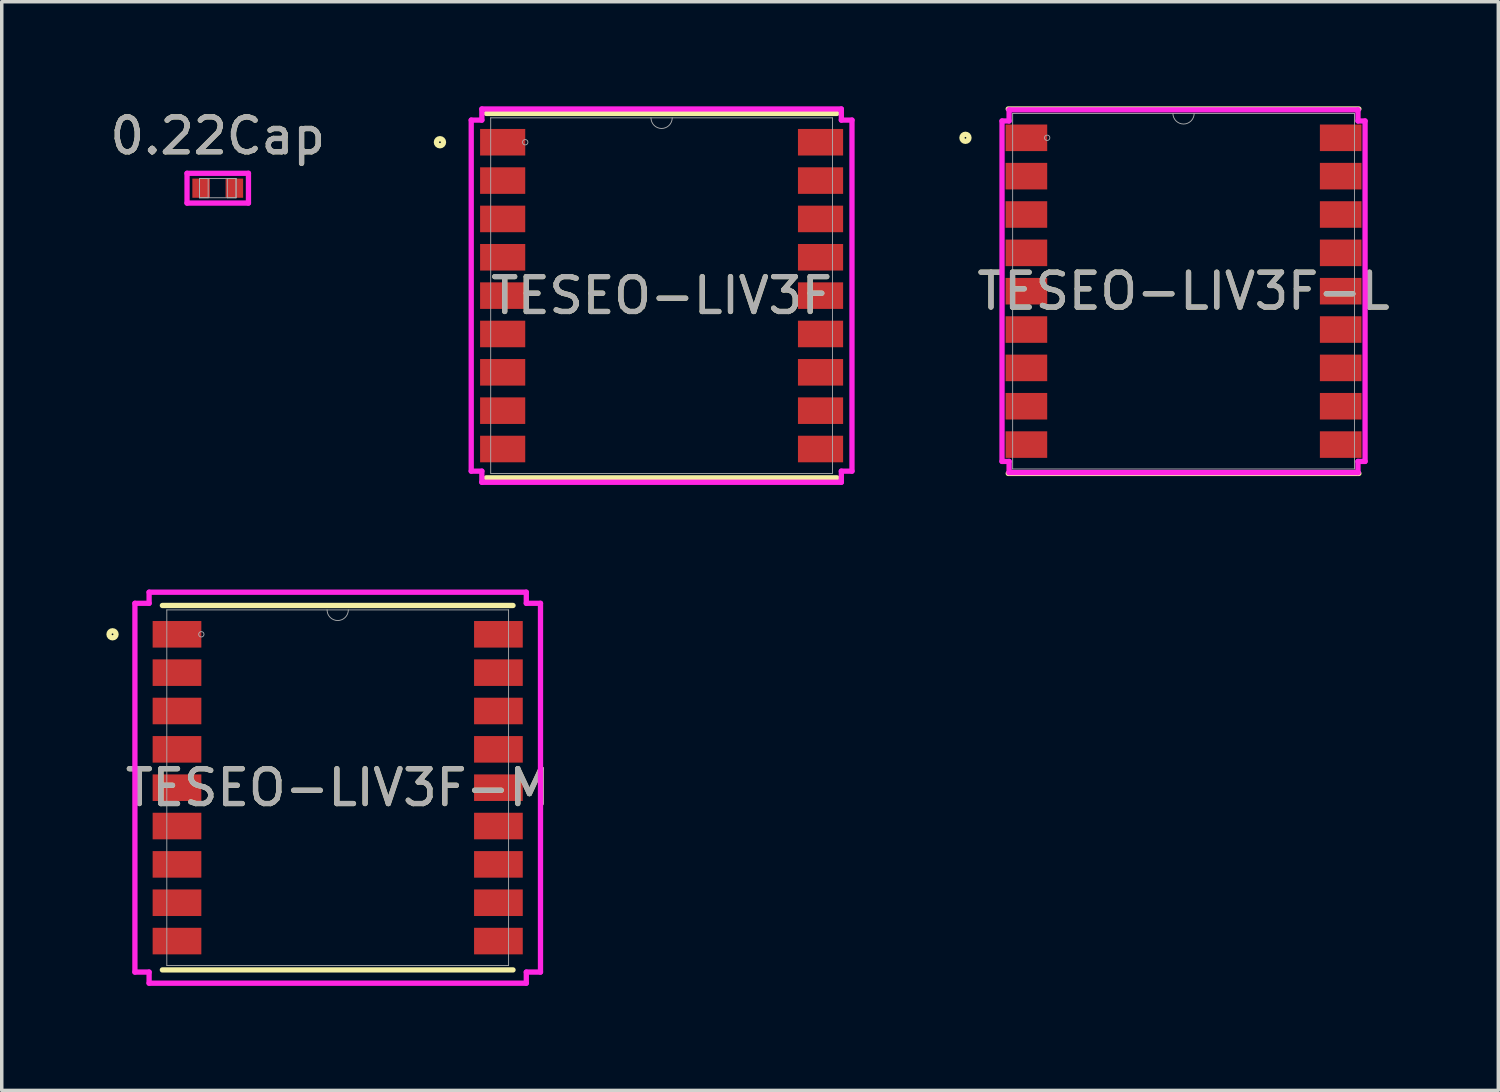
<source format=kicad_pcb>
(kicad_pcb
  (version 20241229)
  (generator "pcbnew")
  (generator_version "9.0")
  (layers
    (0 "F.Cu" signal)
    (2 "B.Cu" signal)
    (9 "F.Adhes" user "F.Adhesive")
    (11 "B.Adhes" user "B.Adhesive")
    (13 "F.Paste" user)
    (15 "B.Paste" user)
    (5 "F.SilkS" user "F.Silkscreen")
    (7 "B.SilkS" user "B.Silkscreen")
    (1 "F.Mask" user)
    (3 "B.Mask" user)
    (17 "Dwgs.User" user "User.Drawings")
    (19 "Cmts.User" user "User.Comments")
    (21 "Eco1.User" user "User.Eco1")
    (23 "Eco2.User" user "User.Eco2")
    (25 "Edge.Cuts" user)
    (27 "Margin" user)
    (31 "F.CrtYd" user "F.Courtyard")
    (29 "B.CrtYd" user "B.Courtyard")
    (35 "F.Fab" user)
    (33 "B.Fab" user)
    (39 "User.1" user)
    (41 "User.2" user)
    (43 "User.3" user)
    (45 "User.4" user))
  (footprint "TESEO-LIV3F-M"
    (layer "F.Cu")
    (at 6.637 19.545)
    (property "Reference" "TESEO-LIV3F-M" (at 0 0 0) (unlocked yes) (layer "F.SilkS") (effects (font (size 1 1) (thickness 0.15))))
    (attr smd)
    (fp_line (start -5.029 5.227) (end 5.029 5.227) (stroke (width 0.152) (type solid)) (layer "F.SilkS"))
    (fp_line (start 5.029 -5.227) (end -5.029 -5.227) (stroke (width 0.152) (type solid)) (layer "F.SilkS"))
    (fp_circle (center -6.459 -4.4) (end -6.358 -4.4) (stroke (width 0.152) (type solid)) (fill no) (layer "F.SilkS"))
    (fp_line (start -5.817 -5.289) (end -5.41 -5.289) (stroke (width 0.152) (type solid)) (layer "F.CrtYd"))
    (fp_line (start -5.817 5.289) (end -5.817 -5.289) (stroke (width 0.152) (type solid)) (layer "F.CrtYd"))
    (fp_line (start -5.817 5.289) (end -5.41 5.289) (stroke (width 0.152) (type solid)) (layer "F.CrtYd"))
    (fp_line (start -5.41 -5.608) (end 5.41 -5.608) (stroke (width 0.152) (type solid)) (layer "F.CrtYd"))
    (fp_line (start -5.41 -5.289) (end -5.41 -5.608) (stroke (width 0.152) (type solid)) (layer "F.CrtYd"))
    (fp_line (start -5.41 5.608) (end -5.41 5.289) (stroke (width 0.152) (type solid)) (layer "F.CrtYd"))
    (fp_line (start 5.41 -5.608) (end 5.41 -5.289) (stroke (width 0.152) (type solid)) (layer "F.CrtYd"))
    (fp_line (start 5.41 5.289) (end 5.41 5.608) (stroke (width 0.152) (type solid)) (layer "F.CrtYd"))
    (fp_line (start 5.41 5.608) (end -5.41 5.608) (stroke (width 0.152) (type solid)) (layer "F.CrtYd"))
    (fp_line (start 5.817 -5.289) (end 5.41 -5.289) (stroke (width 0.152) (type solid)) (layer "F.CrtYd"))
    (fp_line (start 5.817 -5.289) (end 5.817 5.289) (stroke (width 0.152) (type solid)) (layer "F.CrtYd"))
    (fp_line (start 5.817 5.289) (end 5.41 5.289) (stroke (width 0.152) (type solid)) (layer "F.CrtYd"))
    (fp_line (start -4.902 -5.1) (end -4.902 5.1) (stroke (width 0.025) (type solid)) (layer "F.Fab"))
    (fp_line (start -4.902 5.1) (end 4.902 5.1) (stroke (width 0.025) (type solid)) (layer "F.Fab"))
    (fp_line (start 4.902 -5.1) (end -4.902 -5.1) (stroke (width 0.025) (type solid)) (layer "F.Fab"))
    (fp_line (start 4.902 5.1) (end 4.902 -5.1) (stroke (width 0.025) (type solid)) (layer "F.Fab"))
    (fp_arc (start 0.3048 -5.1) (mid 0 -4.7952) (end -0.3048 -5.1) (stroke (width 0.0254) (type solid)) (layer "F.Fab"))
    (fp_circle (center -3.912 -4.4) (end -3.835 -4.4) (stroke (width 0.025) (type solid)) (fill no) (layer "F.Fab"))
    (fp_text user "${REFERENCE}" (at 0 0 0) (unlocked yes) (layer "F.Fab") (effects (font (size 1 1) (thickness 0.15))))
    (pad "1" smd rect (at -4.61 -4.4) (size 1.397 0.762) (layers "F.Cu" "F.Mask" "F.Paste"))
    (pad "2" smd rect (at -4.61 -3.3) (size 1.397 0.762) (layers "F.Cu" "F.Mask" "F.Paste"))
    (pad "3" smd rect (at -4.61 -2.2) (size 1.397 0.762) (layers "F.Cu" "F.Mask" "F.Paste"))
    (pad "4" smd rect (at -4.61 -1.1) (size 1.397 0.762) (layers "F.Cu" "F.Mask" "F.Paste"))
    (pad "5" smd rect (at -4.61 0) (size 1.397 0.762) (layers "F.Cu" "F.Mask" "F.Paste"))
    (pad "6" smd rect (at -4.61 1.1) (size 1.397 0.762) (layers "F.Cu" "F.Mask" "F.Paste"))
    (pad "7" smd rect (at -4.61 2.2) (size 1.397 0.762) (layers "F.Cu" "F.Mask" "F.Paste"))
    (pad "8" smd rect (at -4.61 3.3) (size 1.397 0.762) (layers "F.Cu" "F.Mask" "F.Paste"))
    (pad "9" smd rect (at -4.61 4.4) (size 1.397 0.762) (layers "F.Cu" "F.Mask" "F.Paste"))
    (pad "10" smd rect (at 4.61 4.4) (size 1.397 0.762) (layers "F.Cu" "F.Mask" "F.Paste"))
    (pad "11" smd rect (at 4.61 3.3) (size 1.397 0.762) (layers "F.Cu" "F.Mask" "F.Paste"))
    (pad "12" smd rect (at 4.61 2.2) (size 1.397 0.762) (layers "F.Cu" "F.Mask" "F.Paste"))
    (pad "13" smd rect (at 4.61 1.1) (size 1.397 0.762) (layers "F.Cu" "F.Mask" "F.Paste"))
    (pad "14" smd rect (at 4.61 0) (size 1.397 0.762) (layers "F.Cu" "F.Mask" "F.Paste"))
    (pad "15" smd rect (at 4.61 -1.1) (size 1.397 0.762) (layers "F.Cu" "F.Mask" "F.Paste"))
    (pad "16" smd rect (at 4.61 -2.2) (size 1.397 0.762) (layers "F.Cu" "F.Mask" "F.Paste"))
    (pad "17" smd rect (at 4.61 -3.3) (size 1.397 0.762) (layers "F.Cu" "F.Mask" "F.Paste"))
    (pad "18" smd rect (at 4.61 -4.4) (size 1.397 0.762) (layers "F.Cu" "F.Mask" "F.Paste")))
  (footprint "TESEO-LIV3F"
    (layer "F.Cu")
    (at 15.928 5.43)
    (property "Reference" "TESEO-LIV3F" (at 0 0 0) (unlocked yes) (layer "F.SilkS") (effects (font (size 1 1) (thickness 0.15))))
    (attr smd)
    (fp_line (start -5.029 5.227) (end 5.029 5.227) (stroke (width 0.152) (type solid)) (layer "F.SilkS"))
    (fp_line (start 5.029 -5.227) (end -5.029 -5.227) (stroke (width 0.152) (type solid)) (layer "F.SilkS"))
    (fp_circle (center -6.358 -4.4) (end -6.256 -4.4) (stroke (width 0.152) (type solid)) (fill no) (layer "F.SilkS"))
    (fp_line (start -5.461 -5.035) (end -5.156 -5.035) (stroke (width 0.152) (type solid)) (layer "F.CrtYd"))
    (fp_line (start -5.461 5.035) (end -5.461 -5.035) (stroke (width 0.152) (type solid)) (layer "F.CrtYd"))
    (fp_line (start -5.461 5.035) (end -5.156 5.035) (stroke (width 0.152) (type solid)) (layer "F.CrtYd"))
    (fp_line (start -5.156 -5.354) (end 5.156 -5.354) (stroke (width 0.152) (type solid)) (layer "F.CrtYd"))
    (fp_line (start -5.156 -5.035) (end -5.156 -5.354) (stroke (width 0.152) (type solid)) (layer "F.CrtYd"))
    (fp_line (start -5.156 5.354) (end -5.156 5.035) (stroke (width 0.152) (type solid)) (layer "F.CrtYd"))
    (fp_line (start 5.156 -5.354) (end 5.156 -5.035) (stroke (width 0.152) (type solid)) (layer "F.CrtYd"))
    (fp_line (start 5.156 5.035) (end 5.156 5.354) (stroke (width 0.152) (type solid)) (layer "F.CrtYd"))
    (fp_line (start 5.156 5.354) (end -5.156 5.354) (stroke (width 0.152) (type solid)) (layer "F.CrtYd"))
    (fp_line (start 5.461 -5.035) (end 5.156 -5.035) (stroke (width 0.152) (type solid)) (layer "F.CrtYd"))
    (fp_line (start 5.461 -5.035) (end 5.461 5.035) (stroke (width 0.152) (type solid)) (layer "F.CrtYd"))
    (fp_line (start 5.461 5.035) (end 5.156 5.035) (stroke (width 0.152) (type solid)) (layer "F.CrtYd"))
    (fp_line (start -4.902 -5.1) (end -4.902 5.1) (stroke (width 0.025) (type solid)) (layer "F.Fab"))
    (fp_line (start -4.902 5.1) (end 4.902 5.1) (stroke (width 0.025) (type solid)) (layer "F.Fab"))
    (fp_line (start 4.902 -5.1) (end -4.902 -5.1) (stroke (width 0.025) (type solid)) (layer "F.Fab"))
    (fp_line (start 4.902 5.1) (end 4.902 -5.1) (stroke (width 0.025) (type solid)) (layer "F.Fab"))
    (fp_arc (start 0.3048 -5.1) (mid 0 -4.7952) (end -0.3048 -5.1) (stroke (width 0.0254) (type solid)) (layer "F.Fab"))
    (fp_circle (center -3.912 -4.4) (end -3.835 -4.4) (stroke (width 0.025) (type solid)) (fill no) (layer "F.Fab"))
    (fp_text user "${REFERENCE}" (at 0 0 0) (unlocked yes) (layer "F.Fab") (effects (font (size 1 1) (thickness 0.15))))
    (pad "1" smd rect (at -4.559 -4.4) (size 1.295 0.762) (layers "F.Cu" "F.Mask" "F.Paste"))
    (pad "2" smd rect (at -4.559 -3.3) (size 1.295 0.762) (layers "F.Cu" "F.Mask" "F.Paste"))
    (pad "3" smd rect (at -4.559 -2.2) (size 1.295 0.762) (layers "F.Cu" "F.Mask" "F.Paste"))
    (pad "4" smd rect (at -4.559 -1.1) (size 1.295 0.762) (layers "F.Cu" "F.Mask" "F.Paste"))
    (pad "5" smd rect (at -4.559 0) (size 1.295 0.762) (layers "F.Cu" "F.Mask" "F.Paste"))
    (pad "6" smd rect (at -4.559 1.1) (size 1.295 0.762) (layers "F.Cu" "F.Mask" "F.Paste"))
    (pad "7" smd rect (at -4.559 2.2) (size 1.295 0.762) (layers "F.Cu" "F.Mask" "F.Paste"))
    (pad "8" smd rect (at -4.559 3.3) (size 1.295 0.762) (layers "F.Cu" "F.Mask" "F.Paste"))
    (pad "9" smd rect (at -4.559 4.4) (size 1.295 0.762) (layers "F.Cu" "F.Mask" "F.Paste"))
    (pad "10" smd rect (at 4.559 4.4) (size 1.295 0.762) (layers "F.Cu" "F.Mask" "F.Paste"))
    (pad "11" smd rect (at 4.559 3.3) (size 1.295 0.762) (layers "F.Cu" "F.Mask" "F.Paste"))
    (pad "12" smd rect (at 4.559 2.2) (size 1.295 0.762) (layers "F.Cu" "F.Mask" "F.Paste"))
    (pad "13" smd rect (at 4.559 1.1) (size 1.295 0.762) (layers "F.Cu" "F.Mask" "F.Paste"))
    (pad "14" smd rect (at 4.559 0) (size 1.295 0.762) (layers "F.Cu" "F.Mask" "F.Paste"))
    (pad "15" smd rect (at 4.559 -1.1) (size 1.295 0.762) (layers "F.Cu" "F.Mask" "F.Paste"))
    (pad "16" smd rect (at 4.559 -2.2) (size 1.295 0.762) (layers "F.Cu" "F.Mask" "F.Paste"))
    (pad "17" smd rect (at 4.559 -3.3) (size 1.295 0.762) (layers "F.Cu" "F.Mask" "F.Paste"))
    (pad "18" smd rect (at 4.559 -4.4) (size 1.295 0.762) (layers "F.Cu" "F.Mask" "F.Paste")))
  (footprint "0.22Cap"
    (layer "F.Cu")
    (at 3.196 2.348)
    (property "Reference" "0.22Cap" (at 0 -1.5 0) (unlocked yes) (layer "F.SilkS") (effects (font (size 1 1) (thickness 0.15))))
    (attr smd)
    (fp_line (start -0.881 -0.427) (end 0.881 -0.427) (stroke (width 0.152) (type solid)) (layer "F.CrtYd"))
    (fp_line (start -0.881 0.427) (end -0.881 -0.427) (stroke (width 0.152) (type solid)) (layer "F.CrtYd"))
    (fp_line (start 0.881 -0.427) (end 0.881 0.427) (stroke (width 0.152) (type solid)) (layer "F.CrtYd"))
    (fp_line (start 0.881 0.427) (end -0.881 0.427) (stroke (width 0.152) (type solid)) (layer "F.CrtYd"))
    (fp_line (start -0.525 -0.275) (end -0.525 0.275) (stroke (width 0.025) (type solid)) (layer "F.Fab"))
    (fp_line (start -0.525 -0.275) (end -0.525 0.275) (stroke (width 0.025) (type solid)) (layer "F.Fab"))
    (fp_line (start -0.525 0.275) (end -0.275 0.275) (stroke (width 0.025) (type solid)) (layer "F.Fab"))
    (fp_line (start -0.525 0.275) (end 0.525 0.275) (stroke (width 0.025) (type solid)) (layer "F.Fab"))
    (fp_line (start -0.275 -0.275) (end -0.525 -0.275) (stroke (width 0.025) (type solid)) (layer "F.Fab"))
    (fp_line (start -0.275 0.275) (end -0.275 -0.275) (stroke (width 0.025) (type solid)) (layer "F.Fab"))
    (fp_line (start 0.275 -0.275) (end 0.275 0.275) (stroke (width 0.025) (type solid)) (layer "F.Fab"))
    (fp_line (start 0.275 0.275) (end 0.525 0.275) (stroke (width 0.025) (type solid)) (layer "F.Fab"))
    (fp_line (start 0.525 -0.275) (end -0.525 -0.275) (stroke (width 0.025) (type solid)) (layer "F.Fab"))
    (fp_line (start 0.525 -0.275) (end 0.275 -0.275) (stroke (width 0.025) (type solid)) (layer "F.Fab"))
    (fp_line (start 0.525 0.275) (end 0.525 -0.275) (stroke (width 0.025) (type solid)) (layer "F.Fab"))
    (fp_line (start 0.525 0.275) (end 0.525 -0.275) (stroke (width 0.025) (type solid)) (layer "F.Fab"))
    (fp_text user "${REFERENCE}" (at 0 -1.5 0) (unlocked yes) (layer "F.Fab") (effects (font (size 1 1) (thickness 0.15))))
    (pad "1" smd rect (at -0.477 0) (size 0.503 0.55) (layers "F.Cu" "F.Mask" "F.Paste"))
    (pad "2" smd rect (at 0.477 0) (size 0.503 0.55) (layers "F.Cu" "F.Mask" "F.Paste"))
    (zone (net_name "") (layer "F.Cu") (hatch full 0.508) (connect_pads) (min_thickness 0.254) (filled_areas_thickness no) (keepout (tracks not_allowed) (vias not_allowed) (pads allowed) (copperpour not_allowed) (footprints allowed)) (placement (enabled no)) (fill) (polygon (pts (xy 3.022 2.124) (xy 3.371 2.124) (xy 3.371 2.572) (xy 3.022 2.572)))))
  (footprint "TESEO-LIV3F-L"
    (layer "F.Cu")
    (at 30.9 5.303)
    (property "Reference" "TESEO-LIV3F-L" (at 0 0 0) (unlocked yes) (layer "F.SilkS") (effects (font (size 1 1) (thickness 0.15))))
    (attr smd)
    (fp_line (start -5.029 5.227) (end 5.029 5.227) (stroke (width 0.152) (type solid)) (layer "F.SilkS"))
    (fp_line (start 5.029 -5.227) (end -5.029 -5.227) (stroke (width 0.152) (type solid)) (layer "F.SilkS"))
    (fp_circle (center -6.256 -4.4) (end -6.155 -4.4) (stroke (width 0.152) (type solid)) (fill no) (layer "F.SilkS"))
    (fp_line (start -5.207 -4.883) (end -5.004 -4.883) (stroke (width 0.152) (type solid)) (layer "F.CrtYd"))
    (fp_line (start -5.207 4.883) (end -5.207 -4.883) (stroke (width 0.152) (type solid)) (layer "F.CrtYd"))
    (fp_line (start -5.207 4.883) (end -5.004 4.883) (stroke (width 0.152) (type solid)) (layer "F.CrtYd"))
    (fp_line (start -5.004 -5.202) (end 5.004 -5.202) (stroke (width 0.152) (type solid)) (layer "F.CrtYd"))
    (fp_line (start -5.004 -4.883) (end -5.004 -5.202) (stroke (width 0.152) (type solid)) (layer "F.CrtYd"))
    (fp_line (start -5.004 5.202) (end -5.004 4.883) (stroke (width 0.152) (type solid)) (layer "F.CrtYd"))
    (fp_line (start 5.004 -5.202) (end 5.004 -4.883) (stroke (width 0.152) (type solid)) (layer "F.CrtYd"))
    (fp_line (start 5.004 4.883) (end 5.004 5.202) (stroke (width 0.152) (type solid)) (layer "F.CrtYd"))
    (fp_line (start 5.004 5.202) (end -5.004 5.202) (stroke (width 0.152) (type solid)) (layer "F.CrtYd"))
    (fp_line (start 5.207 -4.883) (end 5.004 -4.883) (stroke (width 0.152) (type solid)) (layer "F.CrtYd"))
    (fp_line (start 5.207 -4.883) (end 5.207 4.883) (stroke (width 0.152) (type solid)) (layer "F.CrtYd"))
    (fp_line (start 5.207 4.883) (end 5.004 4.883) (stroke (width 0.152) (type solid)) (layer "F.CrtYd"))
    (fp_line (start -4.902 -5.1) (end -4.902 5.1) (stroke (width 0.025) (type solid)) (layer "F.Fab"))
    (fp_line (start -4.902 5.1) (end 4.902 5.1) (stroke (width 0.025) (type solid)) (layer "F.Fab"))
    (fp_line (start 4.902 -5.1) (end -4.902 -5.1) (stroke (width 0.025) (type solid)) (layer "F.Fab"))
    (fp_line (start 4.902 5.1) (end 4.902 -5.1) (stroke (width 0.025) (type solid)) (layer "F.Fab"))
    (fp_arc (start 0.3048 -5.1) (mid 0 -4.7952) (end -0.3048 -5.1) (stroke (width 0.0254) (type solid)) (layer "F.Fab"))
    (fp_circle (center -3.912 -4.4) (end -3.835 -4.4) (stroke (width 0.025) (type solid)) (fill no) (layer "F.Fab"))
    (fp_text user "${REFERENCE}" (at 0 0 0) (unlocked yes) (layer "F.Fab") (effects (font (size 1 1) (thickness 0.15))))
    (pad "1" smd rect (at -4.508 -4.4) (size 1.194 0.762) (layers "F.Cu" "F.Mask" "F.Paste"))
    (pad "2" smd rect (at -4.508 -3.3) (size 1.194 0.762) (layers "F.Cu" "F.Mask" "F.Paste"))
    (pad "3" smd rect (at -4.508 -2.2) (size 1.194 0.762) (layers "F.Cu" "F.Mask" "F.Paste"))
    (pad "4" smd rect (at -4.508 -1.1) (size 1.194 0.762) (layers "F.Cu" "F.Mask" "F.Paste"))
    (pad "5" smd rect (at -4.508 0) (size 1.194 0.762) (layers "F.Cu" "F.Mask" "F.Paste"))
    (pad "6" smd rect (at -4.508 1.1) (size 1.194 0.762) (layers "F.Cu" "F.Mask" "F.Paste"))
    (pad "7" smd rect (at -4.508 2.2) (size 1.194 0.762) (layers "F.Cu" "F.Mask" "F.Paste"))
    (pad "8" smd rect (at -4.508 3.3) (size 1.194 0.762) (layers "F.Cu" "F.Mask" "F.Paste"))
    (pad "9" smd rect (at -4.508 4.4) (size 1.194 0.762) (layers "F.Cu" "F.Mask" "F.Paste"))
    (pad "10" smd rect (at 4.508 4.4) (size 1.194 0.762) (layers "F.Cu" "F.Mask" "F.Paste"))
    (pad "11" smd rect (at 4.508 3.3) (size 1.194 0.762) (layers "F.Cu" "F.Mask" "F.Paste"))
    (pad "12" smd rect (at 4.508 2.2) (size 1.194 0.762) (layers "F.Cu" "F.Mask" "F.Paste"))
    (pad "13" smd rect (at 4.508 1.1) (size 1.194 0.762) (layers "F.Cu" "F.Mask" "F.Paste"))
    (pad "14" smd rect (at 4.508 0) (size 1.194 0.762) (layers "F.Cu" "F.Mask" "F.Paste"))
    (pad "15" smd rect (at 4.508 -1.1) (size 1.194 0.762) (layers "F.Cu" "F.Mask" "F.Paste"))
    (pad "16" smd rect (at 4.508 -2.2) (size 1.194 0.762) (layers "F.Cu" "F.Mask" "F.Paste"))
    (pad "17" smd rect (at 4.508 -3.3) (size 1.194 0.762) (layers "F.Cu" "F.Mask" "F.Paste"))
    (pad "18" smd rect (at 4.508 -4.4) (size 1.194 0.762) (layers "F.Cu" "F.Mask" "F.Paste")))
  (gr_rect
    (start -3 -3)
    (end 39.929 28.229)
    (stroke (width 0.1) (type default))
    (fill no)
    (layer "Edge.Cuts")))
</source>
